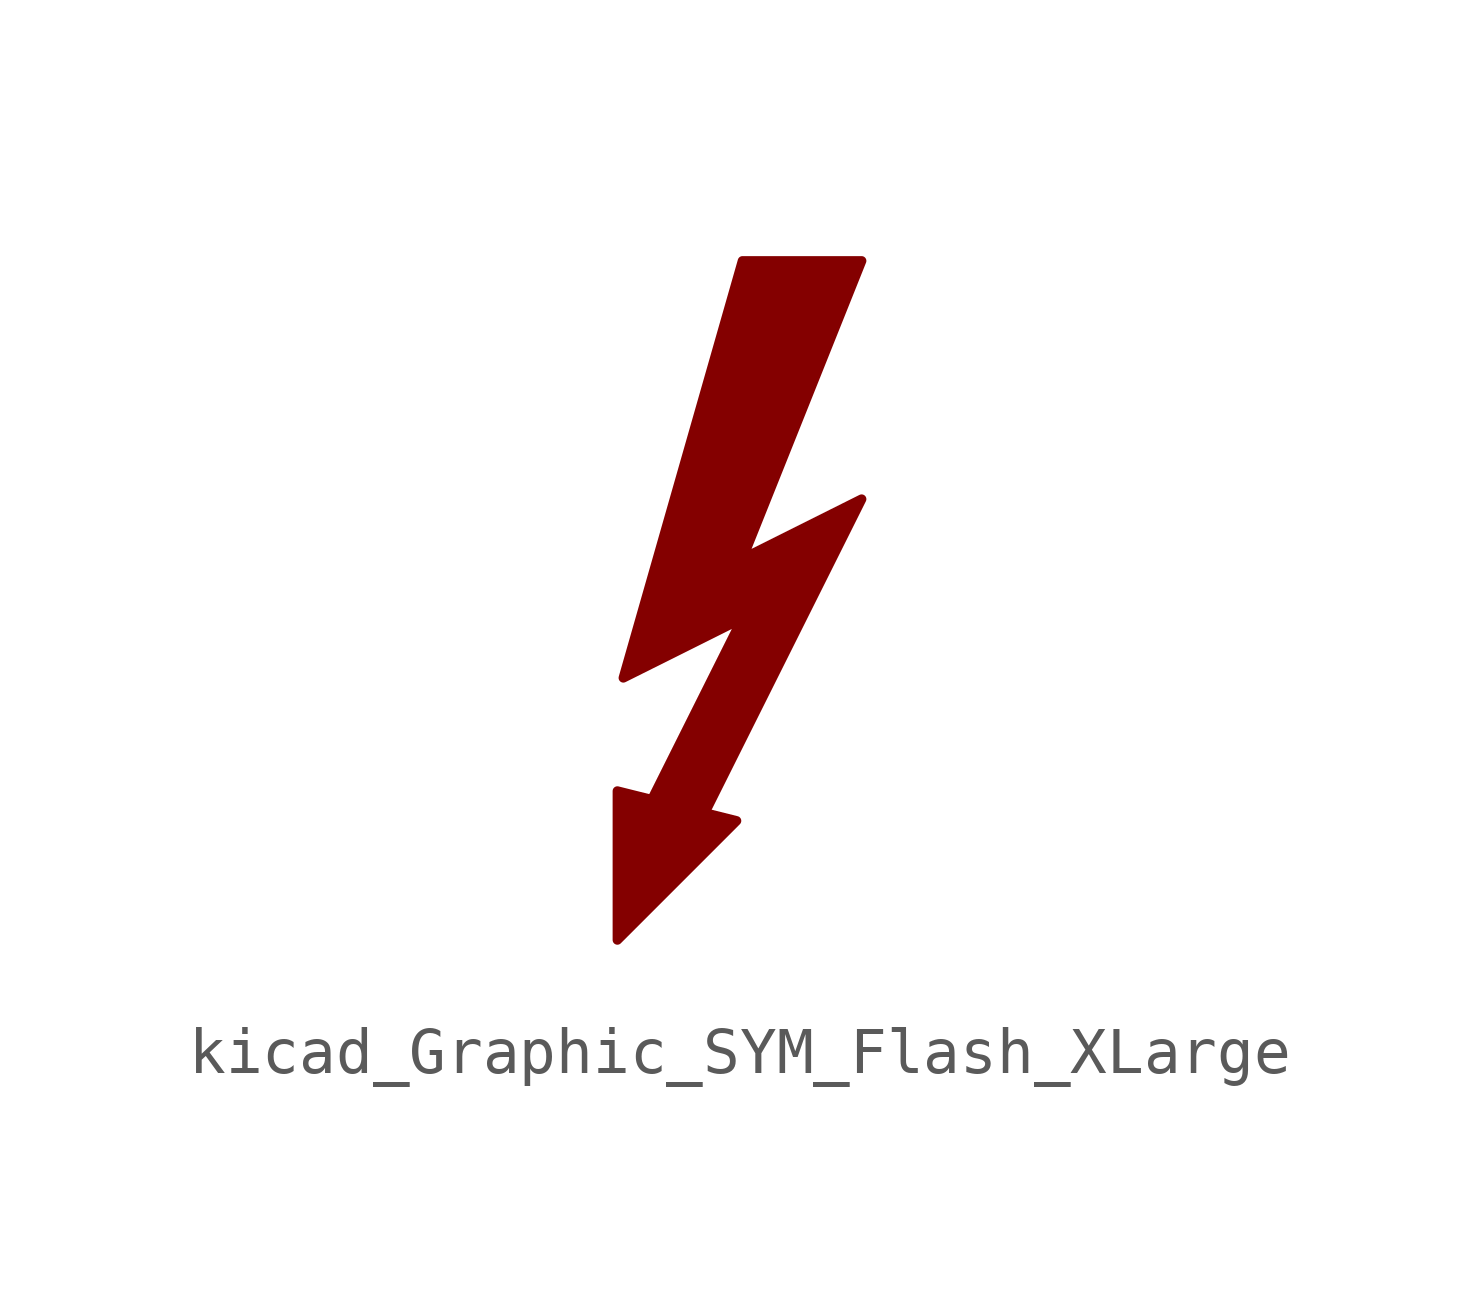
<source format=kicad_sym>
(kicad_symbol_lib
  (version 20220914)
  (generator kicad_symbol_editor)
  (symbol "kicad_Graphic_SYM_Flash_XLarge"
    (property "Reference" "#SYM"
      (at -3.81 0 90)
      (effects (font (size 1.27 1.27)) hide))
    (symbol "kicad_Graphic_SYM_Flash_XLarge_0_1"
      (polyline (pts (xy -0.127 -3.683) (xy -2.667 -3.048) (xy -2.667 -6.223) (xy -0.127 -3.683)) (stroke (width 0.203) (type default)) (fill (type outline)))
      (polyline (pts (xy 0 8.255) (xy 1.27 8.255) (xy 2.54 8.255) (xy 0 1.905) (xy 2.54 3.175) (xy -1.27 -4.445) (xy -2.54 -4.445) (xy 0 0.635) (xy -2.54 -0.635) (xy 0 8.255)) (stroke (width 0.203) (type default)) (fill (type outline))))))
</source>
